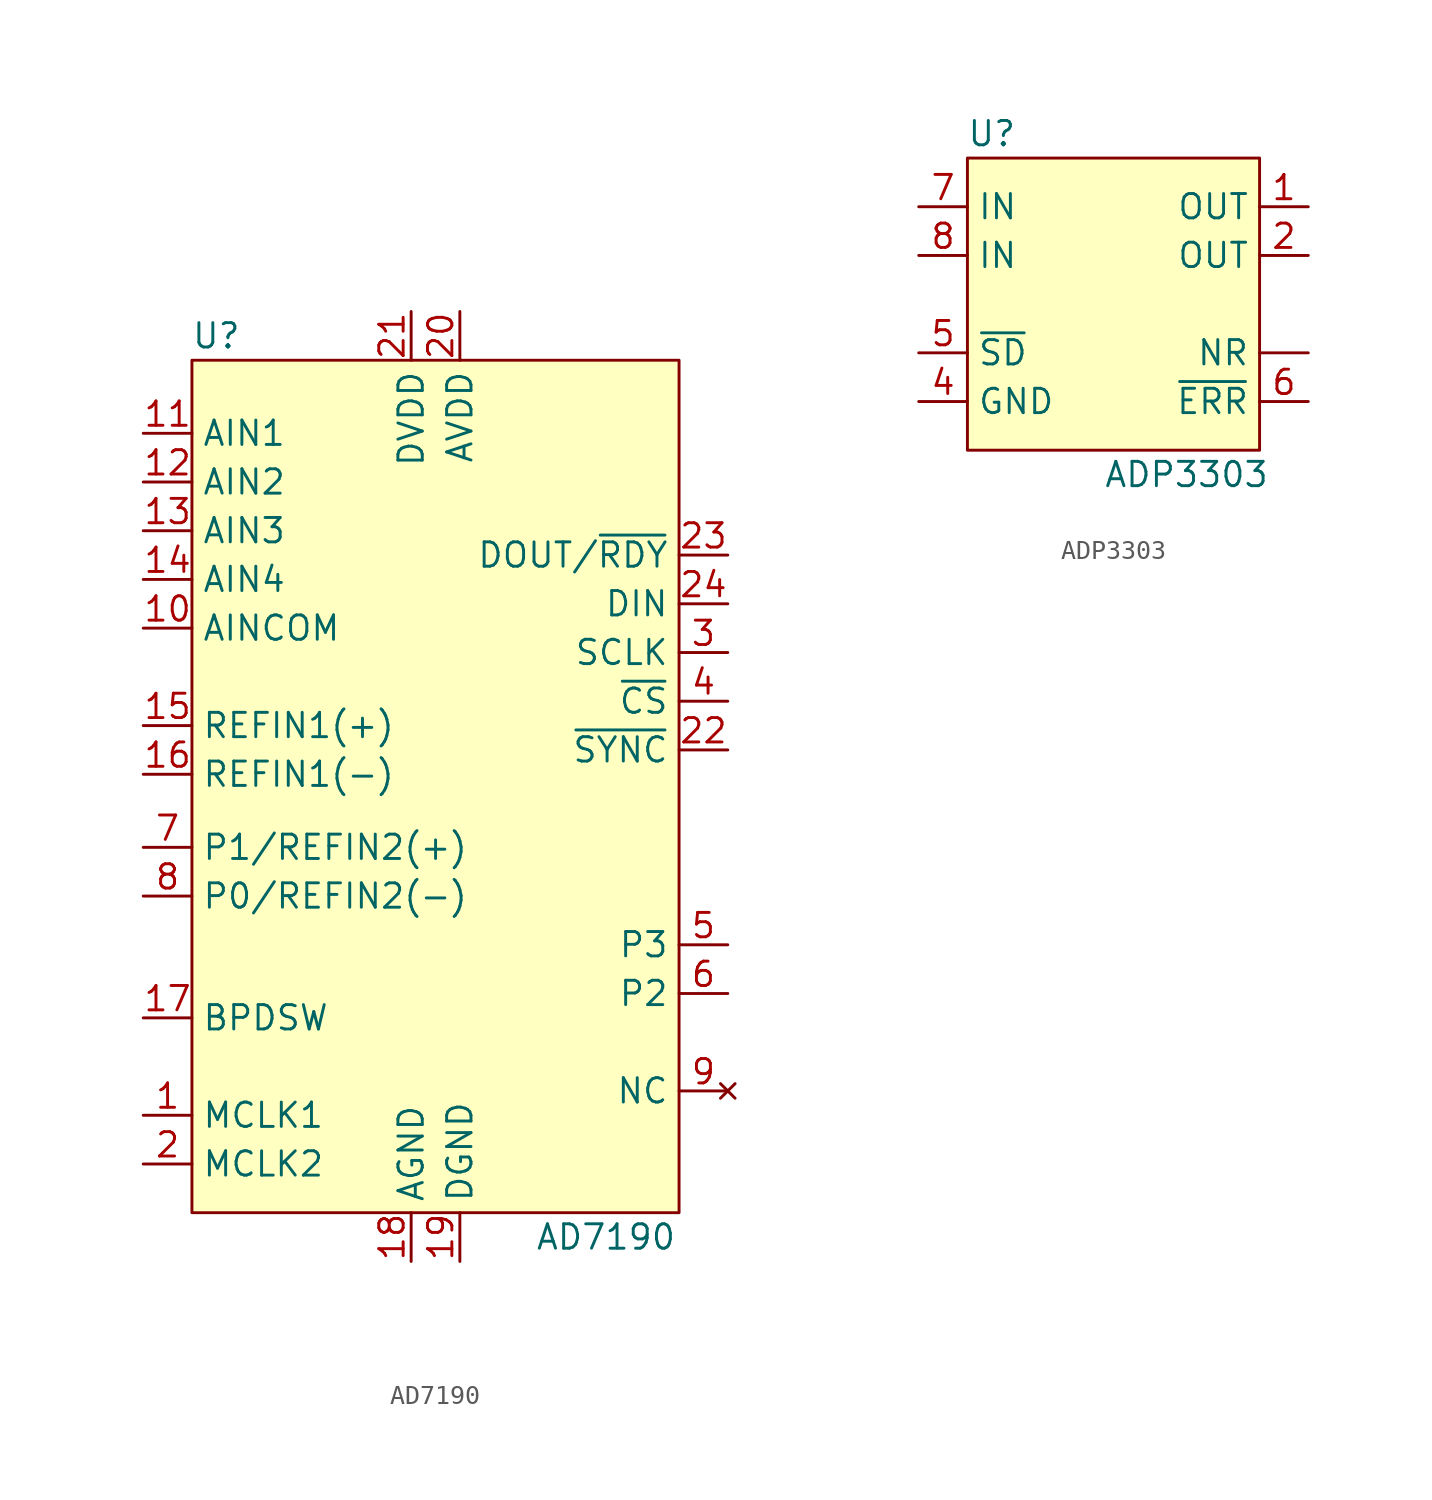
<source format=kicad_sym>
(kicad_symbol_lib
  (version 20211014)
  (generator kicad_symbol_editor)
  (symbol "AD7190"
    (property "Reference" "U"
      (at -11.43 24.13 0)
      (effects (font (size 1.27 1.27))))
    (property "Value" "AD7190"
      (at 8.89 -22.86 0)
      (effects (font (size 1.27 1.27))))
    (symbol "AD7190_0_0"
      (text "" (at 0 5.08 0) (effects (font (size 1.27 1.27))))
      (text "" (at 8.89 31.75 0) (effects (font (size 1.27 1.27)))))
    (symbol "AD7190_0_1"
      (rectangle (start -12.7 22.86) (end 12.7 -21.59) (stroke (width 0.152) (type default) (color 0 0 0 0)) (fill (type background))))
    (symbol "AD7190_1_1"
      (pin bidirectional line (at -15.24 -16.51 0) (length 2.54) (name "MCLK1" (effects (font (size 1.27 1.27)))) (number "1" (effects (font (size 1.27 1.27)))))
      (pin input line (at -15.24 8.89 0) (length 2.54) (name "AINCOM" (effects (font (size 1.27 1.27)))) (number "10" (effects (font (size 1.27 1.27)))))
      (pin input line (at -15.24 19.05 0) (length 2.54) (name "AIN1" (effects (font (size 1.27 1.27)))) (number "11" (effects (font (size 1.27 1.27)))))
      (pin input line (at -15.24 16.51 0) (length 2.54) (name "AIN2" (effects (font (size 1.27 1.27)))) (number "12" (effects (font (size 1.27 1.27)))))
      (pin input line (at -15.24 13.97 0) (length 2.54) (name "AIN3" (effects (font (size 1.27 1.27)))) (number "13" (effects (font (size 1.27 1.27)))))
      (pin input line (at -15.24 11.43 0) (length 2.54) (name "AIN4" (effects (font (size 1.27 1.27)))) (number "14" (effects (font (size 1.27 1.27)))))
      (pin input line (at -15.24 3.81 0) (length 2.54) (name "REFIN1(+)" (effects (font (size 1.27 1.27)))) (number "15" (effects (font (size 1.27 1.27)))))
      (pin input line (at -15.24 1.27 0) (length 2.54) (name "REFIN1(-)" (effects (font (size 1.27 1.27)))) (number "16" (effects (font (size 1.27 1.27)))))
      (pin input line (at -15.24 -11.43 0) (length 2.54) (name "BPDSW" (effects (font (size 1.27 1.27)))) (number "17" (effects (font (size 1.27 1.27)))))
      (pin power_in line (at -1.27 -24.13 90) (length 2.54) (name "AGND" (effects (font (size 1.27 1.27)))) (number "18" (effects (font (size 1.27 1.27)))))
      (pin power_in line (at 1.27 -24.13 90) (length 2.54) (name "DGND" (effects (font (size 1.27 1.27)))) (number "19" (effects (font (size 1.27 1.27)))))
      (pin bidirectional line (at -15.24 -19.05 0) (length 2.54) (name "MCLK2" (effects (font (size 1.27 1.27)))) (number "2" (effects (font (size 1.27 1.27)))))
      (pin power_in line (at 1.27 25.4 270) (length 2.54) (name "AVDD" (effects (font (size 1.27 1.27)))) (number "20" (effects (font (size 1.27 1.27)))))
      (pin power_in line (at -1.27 25.4 270) (length 2.54) (name "DVDD" (effects (font (size 1.27 1.27)))) (number "21" (effects (font (size 1.27 1.27)))))
      (pin input line (at 15.24 2.54 180) (length 2.54) (name "~{SYNC}" (effects (font (size 1.27 1.27)))) (number "22" (effects (font (size 1.27 1.27)))))
      (pin output line (at 15.24 12.7 180) (length 2.54) (name "DOUT/~{RDY}" (effects (font (size 1.27 1.27)))) (number "23" (effects (font (size 1.27 1.27)))))
      (pin input line (at 15.24 10.16 180) (length 2.54) (name "DIN" (effects (font (size 1.27 1.27)))) (number "24" (effects (font (size 1.27 1.27)))))
      (pin input line (at 15.24 7.62 180) (length 2.54) (name "SCLK" (effects (font (size 1.27 1.27)))) (number "3" (effects (font (size 1.27 1.27)))))
      (pin input line (at 15.24 5.08 180) (length 2.54) (name "~{CS}" (effects (font (size 1.27 1.27)))) (number "4" (effects (font (size 1.27 1.27)))))
      (pin bidirectional line (at 15.24 -7.62 180) (length 2.54) (name "P3" (effects (font (size 1.27 1.27)))) (number "5" (effects (font (size 1.27 1.27)))))
      (pin bidirectional line (at 15.24 -10.16 180) (length 2.54) (name "P2" (effects (font (size 1.27 1.27)))) (number "6" (effects (font (size 1.27 1.27)))))
      (pin bidirectional line (at -15.24 -2.54 0) (length 2.54) (name "P1/REFIN2(+)" (effects (font (size 1.27 1.27)))) (number "7" (effects (font (size 1.27 1.27)))))
      (pin bidirectional line (at -15.24 -5.08 0) (length 2.54) (name "P0/REFIN2(-)" (effects (font (size 1.27 1.27)))) (number "8" (effects (font (size 1.27 1.27)))))
      (pin no_connect line (at 15.24 -15.24 180) (length 2.54) (name "NC" (effects (font (size 1.27 1.27)))) (number "9" (effects (font (size 1.27 1.27)))))))
  (symbol "ADP3303"
    (property "Reference" "U"
      (at -6.35 8.89 0)
      (effects (font (size 1.27 1.27))))
    (property "Value" "ADP3303"
      (at 3.81 -8.89 0)
      (effects (font (size 1.27 1.27))))
    (symbol "ADP3303_0_1"
      (rectangle (start -7.62 7.62) (end 7.62 -7.62) (stroke (width 0.152) (type default) (color 0 0 0 0)) (fill (type background))))
    (symbol "ADP3303_1_1"
      (pin input line (at 10.16 -2.54 180) (length 2.54) (name "NR" (effects (font (size 1.27 1.27)))) (number "" (effects (font (size 1.27 1.27)))))
      (pin output line (at 10.16 5.08 180) (length 2.54) (name "OUT" (effects (font (size 1.27 1.27)))) (number "1" (effects (font (size 1.27 1.27)))))
      (pin output line (at 10.16 2.54 180) (length 2.54) (name "OUT" (effects (font (size 1.27 1.27)))) (number "2" (effects (font (size 1.27 1.27)))))
      (pin power_in line (at -10.16 -5.08 0) (length 2.54) (name "GND" (effects (font (size 1.27 1.27)))) (number "4" (effects (font (size 1.27 1.27)))))
      (pin input line (at -10.16 -2.54 0) (length 2.54) (name "~{SD}" (effects (font (size 1.27 1.27)))) (number "5" (effects (font (size 1.27 1.27)))))
      (pin output line (at 10.16 -5.08 180) (length 2.54) (name "~{ERR}" (effects (font (size 1.27 1.27)))) (number "6" (effects (font (size 1.27 1.27)))))
      (pin input line (at -10.16 5.08 0) (length 2.54) (name "IN" (effects (font (size 1.27 1.27)))) (number "7" (effects (font (size 1.27 1.27)))))
      (pin input line (at -10.16 2.54 0) (length 2.54) (name "IN" (effects (font (size 1.27 1.27)))) (number "8" (effects (font (size 1.27 1.27))))))))
</source>
